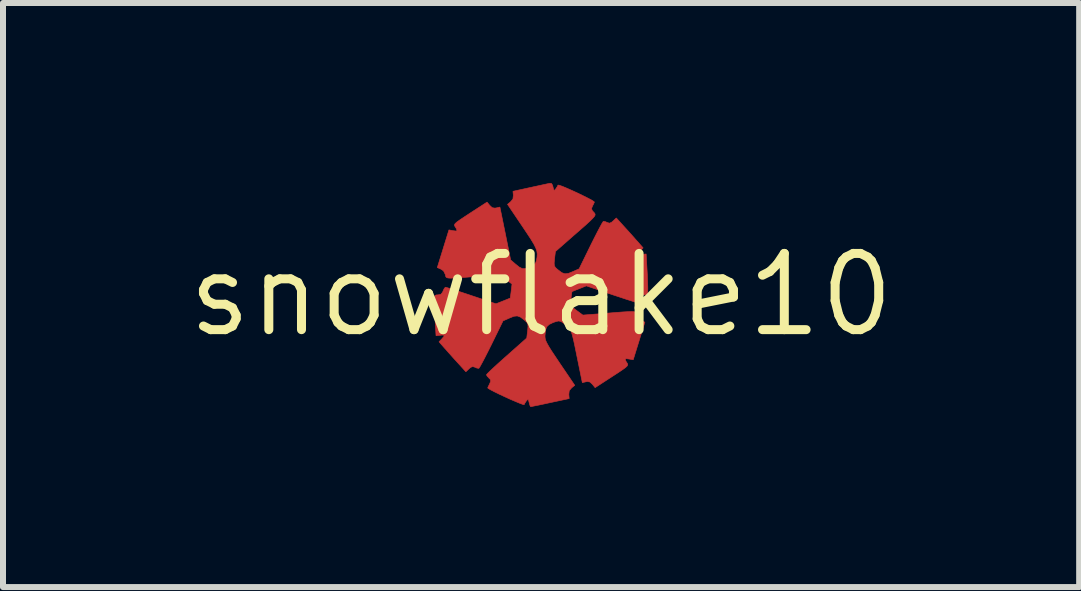
<source format=kicad_pcb>
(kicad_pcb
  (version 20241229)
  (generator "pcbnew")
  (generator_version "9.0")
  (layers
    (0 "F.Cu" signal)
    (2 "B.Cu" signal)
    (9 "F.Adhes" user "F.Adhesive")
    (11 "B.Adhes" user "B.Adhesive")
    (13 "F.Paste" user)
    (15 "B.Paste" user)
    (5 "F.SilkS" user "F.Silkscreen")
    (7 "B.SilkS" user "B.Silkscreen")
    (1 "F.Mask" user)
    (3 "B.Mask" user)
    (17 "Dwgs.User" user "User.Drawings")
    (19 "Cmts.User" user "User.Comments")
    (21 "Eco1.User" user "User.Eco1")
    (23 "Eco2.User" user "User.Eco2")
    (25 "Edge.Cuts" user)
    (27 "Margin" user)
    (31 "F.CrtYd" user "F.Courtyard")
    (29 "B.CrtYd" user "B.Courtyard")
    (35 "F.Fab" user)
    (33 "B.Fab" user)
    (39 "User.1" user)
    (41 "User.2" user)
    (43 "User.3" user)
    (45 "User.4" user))
  (footprint "snowflake10"
    (layer "F.Cu")
    (at 5.964 1.862)
    (property "Reference" "snowflake10" (at 0 0 0) (layer "F.SilkS") (effects (font (size 1.27 1.27) (thickness 0.15))))
    (attr through_hole)
    (fp_poly (pts (xy 0.172 -1.856) (xy 0.191 -1.827) (xy 0.199 -1.796) (xy 0.21 -1.75) (xy 0.222 -1.741) (xy 0.242 -1.763) (xy 0.244 -1.765) (xy 0.271 -1.806) (xy 0.282 -1.829) (xy 0.302 -1.826) (xy 0.352 -1.809) (xy 0.424 -1.779) (xy 0.51 -1.741) (xy 0.602 -1.699) (xy 0.693 -1.655) (xy 0.775 -1.614) (xy 0.84 -1.58) (xy 0.879 -1.555) (xy 0.888 -1.546) (xy 0.878 -1.521) (xy 0.858 -1.482) (xy 0.841 -1.44) (xy 0.85 -1.408) (xy 0.872 -1.382) (xy 0.889 -1.364) (xy 0.899 -1.347) (xy 0.9 -1.329) (xy 0.887 -1.305) (xy 0.858 -1.272) (xy 0.809 -1.224) (xy 0.738 -1.159) (xy 0.64 -1.073) (xy 0.549 -0.994) (xy 0.239 -0.722) (xy 0.224 -0.599) (xy 0.218 -0.529) (xy 0.221 -0.486) (xy 0.239 -0.455) (xy 0.276 -0.422) (xy 0.28 -0.419) (xy 0.344 -0.37) (xy 0.397 -0.351) (xy 0.454 -0.357) (xy 0.526 -0.386) (xy 0.634 -0.434) (xy 0.826 -0.826) (xy 0.885 -0.944) (xy 0.938 -1.048) (xy 0.983 -1.133) (xy 1.016 -1.193) (xy 1.035 -1.222) (xy 1.037 -1.224) (xy 1.069 -1.22) (xy 1.101 -1.206) (xy 1.139 -1.194) (xy 1.173 -1.208) (xy 1.2 -1.231) (xy 1.253 -1.281) (xy 1.378 -1.143) (xy 1.452 -1.062) (xy 1.529 -0.976) (xy 1.595 -0.901) (xy 1.602 -0.894) (xy 1.7 -0.782) (xy 1.654 -0.734) (xy 1.618 -0.692) (xy 1.616 -0.672) (xy 1.649 -0.67) (xy 1.679 -0.673) (xy 1.75 -0.681) (xy 1.764 -0.441) (xy 1.77 -0.333) (xy 1.774 -0.229) (xy 1.777 -0.143) (xy 1.778 -0.101) (xy 1.776 -0.04) (xy 1.767 -0.01) (xy 1.743 -0.001) (xy 1.717 0) (xy 1.669 0.009) (xy 1.641 0.044) (xy 1.633 0.064) (xy 1.612 0.107) (xy 1.593 0.127) (xy 1.592 0.127) (xy 1.567 0.121) (xy 1.509 0.102) (xy 1.423 0.075) (xy 1.315 0.039) (xy 1.193 -0.001) (xy 1.164 -0.011) (xy 0.754 -0.15) (xy 0.636 -0.103) (xy 0.573 -0.078) (xy 0.529 -0.06) (xy 0.515 -0.055) (xy 0.511 -0.035) (xy 0.504 0.015) (xy 0.498 0.064) (xy 0.484 0.18) (xy 0.59 0.259) (xy 0.696 0.337) (xy 1.083 0.307) (xy 1.241 0.294) (xy 1.361 0.285) (xy 1.449 0.28) (xy 1.511 0.278) (xy 1.551 0.281) (xy 1.574 0.288) (xy 1.586 0.3) (xy 1.591 0.318) (xy 1.595 0.338) (xy 1.626 0.4) (xy 1.668 0.428) (xy 1.729 0.455) (xy 1.632 0.768) (xy 1.535 1.081) (xy 1.466 1.069) (xy 1.415 1.063) (xy 1.4 1.074) (xy 1.416 1.11) (xy 1.43 1.131) (xy 1.441 1.15) (xy 1.443 1.167) (xy 1.432 1.187) (xy 1.403 1.214) (xy 1.351 1.251) (xy 1.272 1.304) (xy 1.181 1.363) (xy 0.9 1.546) (xy 0.855 1.49) (xy 0.814 1.452) (xy 0.771 1.444) (xy 0.748 1.448) (xy 0.687 1.462) (xy 0.597 1.022) (xy 0.567 0.874) (xy 0.543 0.762) (xy 0.523 0.68) (xy 0.506 0.623) (xy 0.49 0.583) (xy 0.473 0.556) (xy 0.453 0.536) (xy 0.45 0.533) (xy 0.382 0.477) (xy 0.335 0.446) (xy 0.295 0.435) (xy 0.253 0.443) (xy 0.199 0.462) (xy 0.133 0.494) (xy 0.094 0.532) (xy 0.074 0.588) (xy 0.066 0.673) (xy 0.065 0.688) (xy 0.067 0.72) (xy 0.075 0.755) (xy 0.094 0.798) (xy 0.125 0.854) (xy 0.172 0.93) (xy 0.238 1.029) (xy 0.312 1.14) (xy 0.561 1.507) (xy 0.509 1.549) (xy 0.469 1.596) (xy 0.462 1.658) (xy 0.462 1.659) (xy 0.468 1.728) (xy 0.154 1.795) (xy 0.044 1.819) (xy -0.051 1.839) (xy -0.123 1.853) (xy -0.165 1.862) (xy -0.173 1.863) (xy -0.185 1.844) (xy -0.198 1.8) (xy -0.199 1.794) (xy -0.211 1.749) (xy -0.222 1.741) (xy -0.243 1.765) (xy -0.244 1.765) (xy -0.271 1.806) (xy -0.282 1.829) (xy -0.302 1.826) (xy -0.351 1.808) (xy -0.423 1.778) (xy -0.51 1.741) (xy -0.602 1.699) (xy -0.694 1.656) (xy -0.776 1.616) (xy -0.841 1.582) (xy -0.88 1.559) (xy -0.889 1.55) (xy -0.88 1.528) (xy -0.859 1.486) (xy -0.858 1.483) (xy -0.839 1.439) (xy -0.845 1.41) (xy -0.869 1.386) (xy -0.9 1.352) (xy -0.91 1.331) (xy -0.895 1.313) (xy -0.853 1.271) (xy -0.788 1.21) (xy -0.705 1.134) (xy -0.609 1.048) (xy -0.574 1.017) (xy -0.239 0.72) (xy -0.224 0.598) (xy -0.218 0.529) (xy -0.221 0.486) (xy -0.239 0.455) (xy -0.277 0.421) (xy -0.28 0.419) (xy -0.344 0.37) (xy -0.397 0.351) (xy -0.454 0.357) (xy -0.526 0.386) (xy -0.634 0.434) (xy -0.826 0.826) (xy -0.885 0.944) (xy -0.938 1.048) (xy -0.983 1.133) (xy -1.016 1.193) (xy -1.035 1.222) (xy -1.037 1.224) (xy -1.069 1.22) (xy -1.101 1.206) (xy -1.139 1.194) (xy -1.173 1.208) (xy -1.2 1.231) (xy -1.253 1.281) (xy -1.378 1.143) (xy -1.452 1.062) (xy -1.529 0.976) (xy -1.595 0.901) (xy -1.602 0.894) (xy -1.7 0.782) (xy -1.654 0.734) (xy -1.618 0.692) (xy -1.616 0.672) (xy -1.649 0.67) (xy -1.679 0.673) (xy -1.75 0.681) (xy -1.764 0.441) (xy -1.77 0.333) (xy -1.774 0.229) (xy -1.777 0.143) (xy -1.778 0.101) (xy -1.776 0.04) (xy -1.767 0.01) (xy -1.743 0.001) (xy -1.717 0) (xy -1.669 -0.009) (xy -1.641 -0.044) (xy -1.633 -0.064) (xy -1.613 -0.107) (xy -1.594 -0.127) (xy -1.593 -0.127) (xy -1.569 -0.121) (xy -1.51 -0.103) (xy -1.424 -0.075) (xy -1.317 -0.04) (xy -1.195 0.000423) (xy -1.164 0.011) (xy -0.751 0.149) (xy -0.635 0.103) (xy -0.573 0.078) (xy -0.529 0.06) (xy -0.515 0.055) (xy -0.511 0.035) (xy -0.504 -0.015) (xy -0.498 -0.064) (xy -0.484 -0.18) (xy -0.589 -0.258) (xy -0.694 -0.336) (xy -1.082 -0.306) (xy -1.24 -0.294) (xy -1.36 -0.285) (xy -1.449 -0.28) (xy -1.511 -0.278) (xy -1.551 -0.281) (xy -1.574 -0.288) (xy -1.586 -0.3) (xy -1.591 -0.317) (xy -1.595 -0.338) (xy -1.626 -0.4) (xy -1.668 -0.428) (xy -1.729 -0.455) (xy -1.632 -0.768) (xy -1.535 -1.082) (xy -1.466 -1.069) (xy -1.415 -1.063) (xy -1.4 -1.074) (xy -1.416 -1.11) (xy -1.429 -1.131) (xy -1.441 -1.15) (xy -1.443 -1.167) (xy -1.432 -1.187) (xy -1.402 -1.214) (xy -1.35 -1.251) (xy -1.271 -1.304) (xy -1.181 -1.363) (xy -0.9 -1.545) (xy -0.855 -1.49) (xy -0.814 -1.452) (xy -0.771 -1.445) (xy -0.748 -1.448) (xy -0.686 -1.462) (xy -0.596 -1.022) (xy -0.507 -0.582) (xy -0.428 -0.514) (xy -0.363 -0.462) (xy -0.312 -0.437) (xy -0.262 -0.438) (xy -0.198 -0.46) (xy -0.186 -0.465) (xy -0.123 -0.498) (xy -0.09 -0.534) (xy -0.077 -0.574) (xy -0.067 -0.63) (xy -0.064 -0.679) (xy -0.07 -0.727) (xy -0.088 -0.78) (xy -0.12 -0.845) (xy -0.169 -0.926) (xy -0.238 -1.031) (xy -0.311 -1.14) (xy -0.559 -1.508) (xy -0.508 -1.55) (xy -0.469 -1.598) (xy -0.462 -1.658) (xy -0.468 -1.725) (xy -0.186 -1.787) (xy -0.079 -1.81) (xy 0.017 -1.831) (xy 0.091 -1.847) (xy 0.135 -1.856) (xy 0.14 -1.857) (xy 0.172 -1.856)) (stroke (width 0.01) (type solid)) (fill yes) (layer "F.Cu"))
    (fp_poly (pts (xy 0.172 -1.856) (xy 0.191 -1.827) (xy 0.199 -1.796) (xy 0.21 -1.75) (xy 0.222 -1.741) (xy 0.242 -1.763) (xy 0.244 -1.765) (xy 0.271 -1.806) (xy 0.282 -1.829) (xy 0.302 -1.826) (xy 0.352 -1.809) (xy 0.424 -1.779) (xy 0.51 -1.741) (xy 0.602 -1.699) (xy 0.693 -1.655) (xy 0.775 -1.614) (xy 0.84 -1.58) (xy 0.879 -1.555) (xy 0.888 -1.546) (xy 0.878 -1.521) (xy 0.858 -1.482) (xy 0.841 -1.44) (xy 0.85 -1.408) (xy 0.872 -1.382) (xy 0.889 -1.364) (xy 0.899 -1.347) (xy 0.9 -1.329) (xy 0.887 -1.305) (xy 0.858 -1.272) (xy 0.809 -1.224) (xy 0.738 -1.159) (xy 0.64 -1.073) (xy 0.549 -0.994) (xy 0.239 -0.722) (xy 0.224 -0.599) (xy 0.218 -0.529) (xy 0.221 -0.486) (xy 0.239 -0.455) (xy 0.276 -0.422) (xy 0.28 -0.419) (xy 0.344 -0.37) (xy 0.397 -0.351) (xy 0.454 -0.357) (xy 0.526 -0.386) (xy 0.634 -0.434) (xy 0.826 -0.826) (xy 0.885 -0.944) (xy 0.938 -1.048) (xy 0.983 -1.133) (xy 1.016 -1.193) (xy 1.035 -1.222) (xy 1.037 -1.224) (xy 1.069 -1.22) (xy 1.101 -1.206) (xy 1.139 -1.194) (xy 1.173 -1.208) (xy 1.2 -1.231) (xy 1.253 -1.281) (xy 1.378 -1.143) (xy 1.452 -1.062) (xy 1.529 -0.976) (xy 1.595 -0.901) (xy 1.602 -0.894) (xy 1.7 -0.782) (xy 1.654 -0.734) (xy 1.618 -0.692) (xy 1.616 -0.672) (xy 1.649 -0.67) (xy 1.679 -0.673) (xy 1.75 -0.681) (xy 1.764 -0.441) (xy 1.77 -0.333) (xy 1.774 -0.229) (xy 1.777 -0.143) (xy 1.778 -0.101) (xy 1.776 -0.04) (xy 1.767 -0.01) (xy 1.743 -0.001) (xy 1.717 0) (xy 1.669 0.009) (xy 1.641 0.044) (xy 1.633 0.064) (xy 1.612 0.107) (xy 1.593 0.127) (xy 1.592 0.127) (xy 1.567 0.121) (xy 1.509 0.102) (xy 1.423 0.075) (xy 1.315 0.039) (xy 1.193 -0.001) (xy 1.164 -0.011) (xy 0.754 -0.15) (xy 0.636 -0.103) (xy 0.573 -0.078) (xy 0.529 -0.06) (xy 0.515 -0.055) (xy 0.511 -0.035) (xy 0.504 0.015) (xy 0.498 0.064) (xy 0.484 0.18) (xy 0.59 0.259) (xy 0.696 0.337) (xy 1.083 0.307) (xy 1.241 0.294) (xy 1.361 0.285) (xy 1.449 0.28) (xy 1.511 0.278) (xy 1.551 0.281) (xy 1.574 0.288) (xy 1.586 0.3) (xy 1.591 0.318) (xy 1.595 0.338) (xy 1.626 0.4) (xy 1.668 0.428) (xy 1.729 0.455) (xy 1.632 0.768) (xy 1.535 1.081) (xy 1.466 1.069) (xy 1.415 1.063) (xy 1.4 1.074) (xy 1.416 1.11) (xy 1.43 1.131) (xy 1.441 1.15) (xy 1.443 1.167) (xy 1.432 1.187) (xy 1.403 1.214) (xy 1.351 1.251) (xy 1.272 1.304) (xy 1.181 1.363) (xy 0.9 1.546) (xy 0.855 1.49) (xy 0.814 1.452) (xy 0.771 1.444) (xy 0.748 1.448) (xy 0.687 1.462) (xy 0.597 1.022) (xy 0.567 0.874) (xy 0.543 0.762) (xy 0.523 0.68) (xy 0.506 0.623) (xy 0.49 0.583) (xy 0.473 0.556) (xy 0.453 0.536) (xy 0.45 0.533) (xy 0.382 0.477) (xy 0.335 0.446) (xy 0.295 0.435) (xy 0.253 0.443) (xy 0.199 0.462) (xy 0.133 0.494) (xy 0.094 0.532) (xy 0.074 0.588) (xy 0.066 0.673) (xy 0.065 0.688) (xy 0.067 0.72) (xy 0.075 0.755) (xy 0.094 0.798) (xy 0.125 0.854) (xy 0.172 0.93) (xy 0.238 1.029) (xy 0.312 1.14) (xy 0.561 1.507) (xy 0.509 1.549) (xy 0.469 1.596) (xy 0.462 1.658) (xy 0.462 1.659) (xy 0.468 1.728) (xy 0.154 1.795) (xy 0.044 1.819) (xy -0.051 1.839) (xy -0.123 1.853) (xy -0.165 1.862) (xy -0.173 1.863) (xy -0.185 1.844) (xy -0.198 1.8) (xy -0.199 1.794) (xy -0.211 1.749) (xy -0.222 1.741) (xy -0.243 1.765) (xy -0.244 1.765) (xy -0.271 1.806) (xy -0.282 1.829) (xy -0.302 1.826) (xy -0.351 1.808) (xy -0.423 1.778) (xy -0.51 1.741) (xy -0.602 1.699) (xy -0.694 1.656) (xy -0.776 1.616) (xy -0.841 1.582) (xy -0.88 1.559) (xy -0.889 1.55) (xy -0.88 1.528) (xy -0.859 1.486) (xy -0.858 1.483) (xy -0.839 1.439) (xy -0.845 1.41) (xy -0.869 1.386) (xy -0.9 1.352) (xy -0.91 1.331) (xy -0.895 1.313) (xy -0.853 1.271) (xy -0.788 1.21) (xy -0.705 1.134) (xy -0.609 1.048) (xy -0.574 1.017) (xy -0.239 0.72) (xy -0.224 0.598) (xy -0.218 0.529) (xy -0.221 0.486) (xy -0.239 0.455) (xy -0.277 0.421) (xy -0.28 0.419) (xy -0.344 0.37) (xy -0.397 0.351) (xy -0.454 0.357) (xy -0.526 0.386) (xy -0.634 0.434) (xy -0.826 0.826) (xy -0.885 0.944) (xy -0.938 1.048) (xy -0.983 1.133) (xy -1.016 1.193) (xy -1.035 1.222) (xy -1.037 1.224) (xy -1.069 1.22) (xy -1.101 1.206) (xy -1.139 1.194) (xy -1.173 1.208) (xy -1.2 1.231) (xy -1.253 1.281) (xy -1.378 1.143) (xy -1.452 1.062) (xy -1.529 0.976) (xy -1.595 0.901) (xy -1.602 0.894) (xy -1.7 0.782) (xy -1.654 0.734) (xy -1.618 0.692) (xy -1.616 0.672) (xy -1.649 0.67) (xy -1.679 0.673) (xy -1.75 0.681) (xy -1.764 0.441) (xy -1.77 0.333) (xy -1.774 0.229) (xy -1.777 0.143) (xy -1.778 0.101) (xy -1.776 0.04) (xy -1.767 0.01) (xy -1.743 0.001) (xy -1.717 0) (xy -1.669 -0.009) (xy -1.641 -0.044) (xy -1.633 -0.064) (xy -1.613 -0.107) (xy -1.594 -0.127) (xy -1.593 -0.127) (xy -1.569 -0.121) (xy -1.51 -0.103) (xy -1.424 -0.075) (xy -1.317 -0.04) (xy -1.195 0.000423) (xy -1.164 0.011) (xy -0.751 0.149) (xy -0.635 0.103) (xy -0.573 0.078) (xy -0.529 0.06) (xy -0.515 0.055) (xy -0.511 0.035) (xy -0.504 -0.015) (xy -0.498 -0.064) (xy -0.484 -0.18) (xy -0.589 -0.258) (xy -0.694 -0.336) (xy -1.082 -0.306) (xy -1.24 -0.294) (xy -1.36 -0.285) (xy -1.449 -0.28) (xy -1.511 -0.278) (xy -1.551 -0.281) (xy -1.574 -0.288) (xy -1.586 -0.3) (xy -1.591 -0.317) (xy -1.595 -0.338) (xy -1.626 -0.4) (xy -1.668 -0.428) (xy -1.729 -0.455) (xy -1.632 -0.768) (xy -1.535 -1.082) (xy -1.466 -1.069) (xy -1.415 -1.063) (xy -1.4 -1.074) (xy -1.416 -1.11) (xy -1.429 -1.131) (xy -1.441 -1.15) (xy -1.443 -1.167) (xy -1.432 -1.187) (xy -1.402 -1.214) (xy -1.35 -1.251) (xy -1.271 -1.304) (xy -1.181 -1.363) (xy -0.9 -1.545) (xy -0.855 -1.49) (xy -0.814 -1.452) (xy -0.771 -1.445) (xy -0.748 -1.448) (xy -0.686 -1.462) (xy -0.596 -1.022) (xy -0.507 -0.582) (xy -0.428 -0.514) (xy -0.363 -0.462) (xy -0.312 -0.437) (xy -0.262 -0.438) (xy -0.198 -0.46) (xy -0.186 -0.465) (xy -0.123 -0.498) (xy -0.09 -0.534) (xy -0.077 -0.574) (xy -0.067 -0.63) (xy -0.064 -0.679) (xy -0.07 -0.727) (xy -0.088 -0.78) (xy -0.12 -0.845) (xy -0.169 -0.926) (xy -0.238 -1.031) (xy -0.311 -1.14) (xy -0.559 -1.508) (xy -0.508 -1.55) (xy -0.469 -1.598) (xy -0.462 -1.658) (xy -0.468 -1.725) (xy -0.186 -1.787) (xy -0.079 -1.81) (xy 0.017 -1.831) (xy 0.091 -1.847) (xy 0.135 -1.856) (xy 0.14 -1.857) (xy 0.172 -1.856)) (stroke (width 0.01) (type solid)) (fill yes) (layer "F.Mask")))
  (gr_rect
    (start -3 -3)
    (end 14.928 6.73)
    (stroke (width 0.1) (type default))
    (fill no)
    (layer "Edge.Cuts")))
</source>
